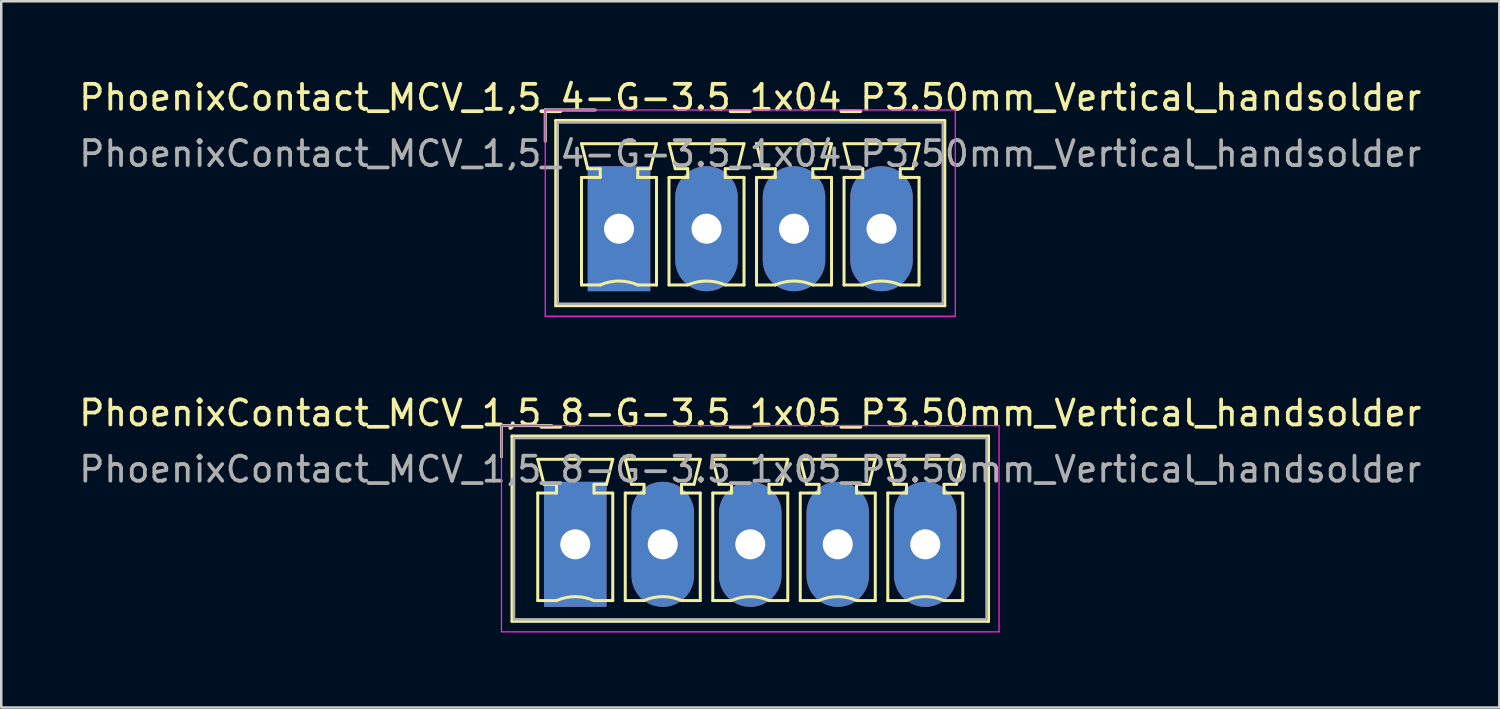
<source format=kicad_pcb>
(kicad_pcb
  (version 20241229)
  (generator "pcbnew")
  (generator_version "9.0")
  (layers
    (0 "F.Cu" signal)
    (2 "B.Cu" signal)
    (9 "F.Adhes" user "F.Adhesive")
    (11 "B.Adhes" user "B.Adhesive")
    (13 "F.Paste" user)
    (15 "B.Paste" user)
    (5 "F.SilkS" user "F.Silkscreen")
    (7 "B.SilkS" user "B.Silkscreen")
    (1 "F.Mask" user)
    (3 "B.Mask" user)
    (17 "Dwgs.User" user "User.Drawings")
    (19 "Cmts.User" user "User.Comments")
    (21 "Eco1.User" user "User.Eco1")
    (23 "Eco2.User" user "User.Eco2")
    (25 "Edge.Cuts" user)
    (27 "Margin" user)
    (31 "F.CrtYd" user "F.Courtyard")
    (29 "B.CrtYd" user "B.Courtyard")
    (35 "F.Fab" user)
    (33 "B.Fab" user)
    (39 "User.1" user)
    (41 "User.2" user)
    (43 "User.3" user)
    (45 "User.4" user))
  (footprint "PhoenixContact_MCV_1,5_8-G-3.5_1x05_P3.50mm_Vertical_handsolder"
    (layer "F.Cu")
    (at 19.958 18.721)
    (property "Reference" "PhoenixContact_MCV_1,5_8-G-3.5_1x05_P3.50mm_Vertical_handsolder" (at 7 -5.25 0) (layer "F.SilkS") (effects (font (size 1 1) (thickness 0.15))))
    (attr through_hole)
    (fp_line (start -2.95 -4.75) (end -0.95 -4.75) (stroke (width 0.12) (type solid)) (layer "F.SilkS"))
    (fp_line (start -2.95 -3.5) (end -2.95 -4.75) (stroke (width 0.12) (type solid)) (layer "F.SilkS"))
    (fp_line (start -2.53 -4.33) (end -2.53 3.08) (stroke (width 0.12) (type solid)) (layer "F.SilkS"))
    (fp_line (start -2.53 3.08) (end 16.53 3.08) (stroke (width 0.12) (type solid)) (layer "F.SilkS"))
    (fp_line (start -1.5 -3.4) (end 1.5 -3.4) (stroke (width 0.12) (type solid)) (layer "F.SilkS"))
    (fp_line (start -1.5 -2.05) (end -0.75 -2.05) (stroke (width 0.12) (type solid)) (layer "F.SilkS"))
    (fp_line (start -1.5 2.25) (end -1.5 -2.05) (stroke (width 0.12) (type solid)) (layer "F.SilkS"))
    (fp_line (start -1.25 -2.4) (end -1.5 -3.4) (stroke (width 0.12) (type solid)) (layer "F.SilkS"))
    (fp_line (start -0.75 -2.4) (end -1.25 -2.4) (stroke (width 0.12) (type solid)) (layer "F.SilkS"))
    (fp_line (start -0.75 -2.05) (end -0.75 -2.4) (stroke (width 0.12) (type solid)) (layer "F.SilkS"))
    (fp_line (start -0.75 2.25) (end -1.5 2.25) (stroke (width 0.12) (type solid)) (layer "F.SilkS"))
    (fp_line (start 0.75 -2.4) (end 0.75 -2.05) (stroke (width 0.12) (type solid)) (layer "F.SilkS"))
    (fp_line (start 0.75 -2.05) (end 1.5 -2.05) (stroke (width 0.12) (type solid)) (layer "F.SilkS"))
    (fp_line (start 1.25 -2.4) (end 0.75 -2.4) (stroke (width 0.12) (type solid)) (layer "F.SilkS"))
    (fp_line (start 1.5 -3.4) (end 1.25 -2.4) (stroke (width 0.12) (type solid)) (layer "F.SilkS"))
    (fp_line (start 1.5 -2.05) (end 1.5 2.25) (stroke (width 0.12) (type solid)) (layer "F.SilkS"))
    (fp_line (start 1.5 2.25) (end 0.75 2.25) (stroke (width 0.12) (type solid)) (layer "F.SilkS"))
    (fp_line (start 2 -3.4) (end 5 -3.4) (stroke (width 0.12) (type solid)) (layer "F.SilkS"))
    (fp_line (start 2 -2.05) (end 2.75 -2.05) (stroke (width 0.12) (type solid)) (layer "F.SilkS"))
    (fp_line (start 2 2.25) (end 2 -2.05) (stroke (width 0.12) (type solid)) (layer "F.SilkS"))
    (fp_line (start 2.25 -2.4) (end 2 -3.4) (stroke (width 0.12) (type solid)) (layer "F.SilkS"))
    (fp_line (start 2.75 -2.4) (end 2.25 -2.4) (stroke (width 0.12) (type solid)) (layer "F.SilkS"))
    (fp_line (start 2.75 -2.05) (end 2.75 -2.4) (stroke (width 0.12) (type solid)) (layer "F.SilkS"))
    (fp_line (start 2.75 2.25) (end 2 2.25) (stroke (width 0.12) (type solid)) (layer "F.SilkS"))
    (fp_line (start 4.25 -2.4) (end 4.25 -2.05) (stroke (width 0.12) (type solid)) (layer "F.SilkS"))
    (fp_line (start 4.25 -2.05) (end 5 -2.05) (stroke (width 0.12) (type solid)) (layer "F.SilkS"))
    (fp_line (start 4.75 -2.4) (end 4.25 -2.4) (stroke (width 0.12) (type solid)) (layer "F.SilkS"))
    (fp_line (start 5 -3.4) (end 4.75 -2.4) (stroke (width 0.12) (type solid)) (layer "F.SilkS"))
    (fp_line (start 5 -2.05) (end 5 2.25) (stroke (width 0.12) (type solid)) (layer "F.SilkS"))
    (fp_line (start 5 2.25) (end 4.25 2.25) (stroke (width 0.12) (type solid)) (layer "F.SilkS"))
    (fp_line (start 5.5 -3.4) (end 8.5 -3.4) (stroke (width 0.12) (type solid)) (layer "F.SilkS"))
    (fp_line (start 5.5 -2.05) (end 6.25 -2.05) (stroke (width 0.12) (type solid)) (layer "F.SilkS"))
    (fp_line (start 5.5 2.25) (end 5.5 -2.05) (stroke (width 0.12) (type solid)) (layer "F.SilkS"))
    (fp_line (start 5.75 -2.4) (end 5.5 -3.4) (stroke (width 0.12) (type solid)) (layer "F.SilkS"))
    (fp_line (start 6.25 -2.4) (end 5.75 -2.4) (stroke (width 0.12) (type solid)) (layer "F.SilkS"))
    (fp_line (start 6.25 -2.05) (end 6.25 -2.4) (stroke (width 0.12) (type solid)) (layer "F.SilkS"))
    (fp_line (start 6.25 2.25) (end 5.5 2.25) (stroke (width 0.12) (type solid)) (layer "F.SilkS"))
    (fp_line (start 7.75 -2.4) (end 7.75 -2.05) (stroke (width 0.12) (type solid)) (layer "F.SilkS"))
    (fp_line (start 7.75 -2.05) (end 8.5 -2.05) (stroke (width 0.12) (type solid)) (layer "F.SilkS"))
    (fp_line (start 8.25 -2.4) (end 7.75 -2.4) (stroke (width 0.12) (type solid)) (layer "F.SilkS"))
    (fp_line (start 8.5 -3.4) (end 8.25 -2.4) (stroke (width 0.12) (type solid)) (layer "F.SilkS"))
    (fp_line (start 8.5 -2.05) (end 8.5 2.25) (stroke (width 0.12) (type solid)) (layer "F.SilkS"))
    (fp_line (start 8.5 2.25) (end 7.75 2.25) (stroke (width 0.12) (type solid)) (layer "F.SilkS"))
    (fp_line (start 9 -3.4) (end 12 -3.4) (stroke (width 0.12) (type solid)) (layer "F.SilkS"))
    (fp_line (start 9 -2.05) (end 9.75 -2.05) (stroke (width 0.12) (type solid)) (layer "F.SilkS"))
    (fp_line (start 9 2.25) (end 9 -2.05) (stroke (width 0.12) (type solid)) (layer "F.SilkS"))
    (fp_line (start 9.25 -2.4) (end 9 -3.4) (stroke (width 0.12) (type solid)) (layer "F.SilkS"))
    (fp_line (start 9.75 -2.4) (end 9.25 -2.4) (stroke (width 0.12) (type solid)) (layer "F.SilkS"))
    (fp_line (start 9.75 -2.05) (end 9.75 -2.4) (stroke (width 0.12) (type solid)) (layer "F.SilkS"))
    (fp_line (start 9.75 2.25) (end 9 2.25) (stroke (width 0.12) (type solid)) (layer "F.SilkS"))
    (fp_line (start 11.25 -2.4) (end 11.25 -2.05) (stroke (width 0.12) (type solid)) (layer "F.SilkS"))
    (fp_line (start 11.25 -2.05) (end 12 -2.05) (stroke (width 0.12) (type solid)) (layer "F.SilkS"))
    (fp_line (start 11.75 -2.4) (end 11.25 -2.4) (stroke (width 0.12) (type solid)) (layer "F.SilkS"))
    (fp_line (start 12 -3.4) (end 11.75 -2.4) (stroke (width 0.12) (type solid)) (layer "F.SilkS"))
    (fp_line (start 12 -2.05) (end 12 2.25) (stroke (width 0.12) (type solid)) (layer "F.SilkS"))
    (fp_line (start 12 2.25) (end 11.25 2.25) (stroke (width 0.12) (type solid)) (layer "F.SilkS"))
    (fp_line (start 12.5 -3.4) (end 15.5 -3.4) (stroke (width 0.12) (type solid)) (layer "F.SilkS"))
    (fp_line (start 12.5 -2.05) (end 13.25 -2.05) (stroke (width 0.12) (type solid)) (layer "F.SilkS"))
    (fp_line (start 12.5 2.25) (end 12.5 -2.05) (stroke (width 0.12) (type solid)) (layer "F.SilkS"))
    (fp_line (start 12.75 -2.4) (end 12.5 -3.4) (stroke (width 0.12) (type solid)) (layer "F.SilkS"))
    (fp_line (start 13.25 -2.4) (end 12.75 -2.4) (stroke (width 0.12) (type solid)) (layer "F.SilkS"))
    (fp_line (start 13.25 -2.05) (end 13.25 -2.4) (stroke (width 0.12) (type solid)) (layer "F.SilkS"))
    (fp_line (start 13.25 2.25) (end 12.5 2.25) (stroke (width 0.12) (type solid)) (layer "F.SilkS"))
    (fp_line (start 14.75 -2.4) (end 14.75 -2.05) (stroke (width 0.12) (type solid)) (layer "F.SilkS"))
    (fp_line (start 14.75 -2.05) (end 15.5 -2.05) (stroke (width 0.12) (type solid)) (layer "F.SilkS"))
    (fp_line (start 15.25 -2.4) (end 14.75 -2.4) (stroke (width 0.12) (type solid)) (layer "F.SilkS"))
    (fp_line (start 15.5 -3.4) (end 15.25 -2.4) (stroke (width 0.12) (type solid)) (layer "F.SilkS"))
    (fp_line (start 15.5 -2.05) (end 15.5 2.25) (stroke (width 0.12) (type solid)) (layer "F.SilkS"))
    (fp_line (start 15.5 2.25) (end 14.75 2.25) (stroke (width 0.12) (type solid)) (layer "F.SilkS"))
    (fp_line (start 16.53 -4.33) (end -2.53 -4.33) (stroke (width 0.12) (type solid)) (layer "F.SilkS"))
    (fp_line (start 16.53 3.08) (end 16.53 -4.33) (stroke (width 0.12) (type solid)) (layer "F.SilkS"))
    (fp_arc (start -0.75 2.25) (mid -0.000193 2.09191) (end 0.749647 2.249844) (stroke (width 0.12) (type solid)) (layer "F.SilkS"))
    (fp_arc (start 2.75 2.25) (mid 3.499807 2.09191) (end 4.249647 2.249844) (stroke (width 0.12) (type solid)) (layer "F.SilkS"))
    (fp_arc (start 6.25 2.25) (mid 6.999807 2.09191) (end 7.749647 2.249844) (stroke (width 0.12) (type solid)) (layer "F.SilkS"))
    (fp_arc (start 9.75 2.25) (mid 10.499807 2.09191) (end 11.249647 2.249844) (stroke (width 0.12) (type solid)) (layer "F.SilkS"))
    (fp_arc (start 13.25 2.25) (mid 13.999807 2.09191) (end 14.749647 2.249844) (stroke (width 0.12) (type solid)) (layer "F.SilkS"))
    (fp_line (start -2.95 -4.75) (end -2.95 3.5) (stroke (width 0.05) (type solid)) (layer "F.CrtYd"))
    (fp_line (start -2.95 3.5) (end 16.95 3.5) (stroke (width 0.05) (type solid)) (layer "F.CrtYd"))
    (fp_line (start 16.95 -4.75) (end -2.95 -4.75) (stroke (width 0.05) (type solid)) (layer "F.CrtYd"))
    (fp_line (start 16.95 3.5) (end 16.95 -4.75) (stroke (width 0.05) (type solid)) (layer "F.CrtYd"))
    (fp_line (start -2.95 -4.75) (end -0.95 -4.75) (stroke (width 0.1) (type solid)) (layer "F.Fab"))
    (fp_line (start -2.95 -3.5) (end -2.95 -4.75) (stroke (width 0.1) (type solid)) (layer "F.Fab"))
    (fp_line (start -2.45 -4.25) (end -2.45 3) (stroke (width 0.1) (type solid)) (layer "F.Fab"))
    (fp_line (start -2.45 3) (end 16.45 3) (stroke (width 0.1) (type solid)) (layer "F.Fab"))
    (fp_line (start 16.45 -4.25) (end -2.45 -4.25) (stroke (width 0.1) (type solid)) (layer "F.Fab"))
    (fp_line (start 16.45 3) (end 16.45 -4.25) (stroke (width 0.1) (type solid)) (layer "F.Fab"))
    (fp_text user "${REFERENCE}" (at 7 -3 0) (layer "F.Fab") (effects (font (size 1 1) (thickness 0.15))))
    (pad "1" thru_hole rect (at 0 0) (size 2.5 5) (drill 1.2) (layers "*.Cu" "*.Mask"))
    (pad "2" thru_hole oval (at 3.5 0) (size 2.5 5) (drill 1.2) (layers "*.Cu" "*.Mask"))
    (pad "3" thru_hole oval (at 7 0) (size 2.5 5) (drill 1.2) (layers "*.Cu" "*.Mask"))
    (pad "4" thru_hole oval (at 10.5 0) (size 2.5 5) (drill 1.2) (layers "*.Cu" "*.Mask"))
    (pad "5" thru_hole oval (at 14 0) (size 2.5 5) (drill 1.2) (layers "*.Cu" "*.Mask")))
  (footprint "PhoenixContact_MCV_1,5_4-G-3.5_1x04_P3.50mm_Vertical_handsolder"
    (layer "F.Cu")
    (at 21.708 6.098)
    (property "Reference" "PhoenixContact_MCV_1,5_4-G-3.5_1x04_P3.50mm_Vertical_handsolder" (at 5.25 -5.25 0) (layer "F.SilkS") (effects (font (size 1 1) (thickness 0.15))))
    (attr through_hole)
    (fp_line (start -2.95 -4.75) (end -0.95 -4.75) (stroke (width 0.12) (type solid)) (layer "F.SilkS"))
    (fp_line (start -2.95 -3.5) (end -2.95 -4.75) (stroke (width 0.12) (type solid)) (layer "F.SilkS"))
    (fp_line (start -2.53 -4.33) (end -2.53 3.08) (stroke (width 0.12) (type solid)) (layer "F.SilkS"))
    (fp_line (start -2.53 3.08) (end 13.03 3.08) (stroke (width 0.12) (type solid)) (layer "F.SilkS"))
    (fp_line (start -1.5 -3.4) (end 1.5 -3.4) (stroke (width 0.12) (type solid)) (layer "F.SilkS"))
    (fp_line (start -1.5 -2.05) (end -0.75 -2.05) (stroke (width 0.12) (type solid)) (layer "F.SilkS"))
    (fp_line (start -1.5 2.25) (end -1.5 -2.05) (stroke (width 0.12) (type solid)) (layer "F.SilkS"))
    (fp_line (start -1.25 -2.4) (end -1.5 -3.4) (stroke (width 0.12) (type solid)) (layer "F.SilkS"))
    (fp_line (start -0.75 -2.4) (end -1.25 -2.4) (stroke (width 0.12) (type solid)) (layer "F.SilkS"))
    (fp_line (start -0.75 -2.05) (end -0.75 -2.4) (stroke (width 0.12) (type solid)) (layer "F.SilkS"))
    (fp_line (start -0.75 2.25) (end -1.5 2.25) (stroke (width 0.12) (type solid)) (layer "F.SilkS"))
    (fp_line (start 0.75 -2.4) (end 0.75 -2.05) (stroke (width 0.12) (type solid)) (layer "F.SilkS"))
    (fp_line (start 0.75 -2.05) (end 1.5 -2.05) (stroke (width 0.12) (type solid)) (layer "F.SilkS"))
    (fp_line (start 1.25 -2.4) (end 0.75 -2.4) (stroke (width 0.12) (type solid)) (layer "F.SilkS"))
    (fp_line (start 1.5 -3.4) (end 1.25 -2.4) (stroke (width 0.12) (type solid)) (layer "F.SilkS"))
    (fp_line (start 1.5 -2.05) (end 1.5 2.25) (stroke (width 0.12) (type solid)) (layer "F.SilkS"))
    (fp_line (start 1.5 2.25) (end 0.75 2.25) (stroke (width 0.12) (type solid)) (layer "F.SilkS"))
    (fp_line (start 2 -3.4) (end 5 -3.4) (stroke (width 0.12) (type solid)) (layer "F.SilkS"))
    (fp_line (start 2 -2.05) (end 2.75 -2.05) (stroke (width 0.12) (type solid)) (layer "F.SilkS"))
    (fp_line (start 2 2.25) (end 2 -2.05) (stroke (width 0.12) (type solid)) (layer "F.SilkS"))
    (fp_line (start 2.25 -2.4) (end 2 -3.4) (stroke (width 0.12) (type solid)) (layer "F.SilkS"))
    (fp_line (start 2.75 -2.4) (end 2.25 -2.4) (stroke (width 0.12) (type solid)) (layer "F.SilkS"))
    (fp_line (start 2.75 -2.05) (end 2.75 -2.4) (stroke (width 0.12) (type solid)) (layer "F.SilkS"))
    (fp_line (start 2.75 2.25) (end 2 2.25) (stroke (width 0.12) (type solid)) (layer "F.SilkS"))
    (fp_line (start 4.25 -2.4) (end 4.25 -2.05) (stroke (width 0.12) (type solid)) (layer "F.SilkS"))
    (fp_line (start 4.25 -2.05) (end 5 -2.05) (stroke (width 0.12) (type solid)) (layer "F.SilkS"))
    (fp_line (start 4.75 -2.4) (end 4.25 -2.4) (stroke (width 0.12) (type solid)) (layer "F.SilkS"))
    (fp_line (start 5 -3.4) (end 4.75 -2.4) (stroke (width 0.12) (type solid)) (layer "F.SilkS"))
    (fp_line (start 5 -2.05) (end 5 2.25) (stroke (width 0.12) (type solid)) (layer "F.SilkS"))
    (fp_line (start 5 2.25) (end 4.25 2.25) (stroke (width 0.12) (type solid)) (layer "F.SilkS"))
    (fp_line (start 5.5 -3.4) (end 8.5 -3.4) (stroke (width 0.12) (type solid)) (layer "F.SilkS"))
    (fp_line (start 5.5 -2.05) (end 6.25 -2.05) (stroke (width 0.12) (type solid)) (layer "F.SilkS"))
    (fp_line (start 5.5 2.25) (end 5.5 -2.05) (stroke (width 0.12) (type solid)) (layer "F.SilkS"))
    (fp_line (start 5.75 -2.4) (end 5.5 -3.4) (stroke (width 0.12) (type solid)) (layer "F.SilkS"))
    (fp_line (start 6.25 -2.4) (end 5.75 -2.4) (stroke (width 0.12) (type solid)) (layer "F.SilkS"))
    (fp_line (start 6.25 -2.05) (end 6.25 -2.4) (stroke (width 0.12) (type solid)) (layer "F.SilkS"))
    (fp_line (start 6.25 2.25) (end 5.5 2.25) (stroke (width 0.12) (type solid)) (layer "F.SilkS"))
    (fp_line (start 7.75 -2.4) (end 7.75 -2.05) (stroke (width 0.12) (type solid)) (layer "F.SilkS"))
    (fp_line (start 7.75 -2.05) (end 8.5 -2.05) (stroke (width 0.12) (type solid)) (layer "F.SilkS"))
    (fp_line (start 8.25 -2.4) (end 7.75 -2.4) (stroke (width 0.12) (type solid)) (layer "F.SilkS"))
    (fp_line (start 8.5 -3.4) (end 8.25 -2.4) (stroke (width 0.12) (type solid)) (layer "F.SilkS"))
    (fp_line (start 8.5 -2.05) (end 8.5 2.25) (stroke (width 0.12) (type solid)) (layer "F.SilkS"))
    (fp_line (start 8.5 2.25) (end 7.75 2.25) (stroke (width 0.12) (type solid)) (layer "F.SilkS"))
    (fp_line (start 9 -3.4) (end 12 -3.4) (stroke (width 0.12) (type solid)) (layer "F.SilkS"))
    (fp_line (start 9 -2.05) (end 9.75 -2.05) (stroke (width 0.12) (type solid)) (layer "F.SilkS"))
    (fp_line (start 9 2.25) (end 9 -2.05) (stroke (width 0.12) (type solid)) (layer "F.SilkS"))
    (fp_line (start 9.25 -2.4) (end 9 -3.4) (stroke (width 0.12) (type solid)) (layer "F.SilkS"))
    (fp_line (start 9.75 -2.4) (end 9.25 -2.4) (stroke (width 0.12) (type solid)) (layer "F.SilkS"))
    (fp_line (start 9.75 -2.05) (end 9.75 -2.4) (stroke (width 0.12) (type solid)) (layer "F.SilkS"))
    (fp_line (start 9.75 2.25) (end 9 2.25) (stroke (width 0.12) (type solid)) (layer "F.SilkS"))
    (fp_line (start 11.25 -2.4) (end 11.25 -2.05) (stroke (width 0.12) (type solid)) (layer "F.SilkS"))
    (fp_line (start 11.25 -2.05) (end 12 -2.05) (stroke (width 0.12) (type solid)) (layer "F.SilkS"))
    (fp_line (start 11.75 -2.4) (end 11.25 -2.4) (stroke (width 0.12) (type solid)) (layer "F.SilkS"))
    (fp_line (start 12 -3.4) (end 11.75 -2.4) (stroke (width 0.12) (type solid)) (layer "F.SilkS"))
    (fp_line (start 12 -2.05) (end 12 2.25) (stroke (width 0.12) (type solid)) (layer "F.SilkS"))
    (fp_line (start 12 2.25) (end 11.25 2.25) (stroke (width 0.12) (type solid)) (layer "F.SilkS"))
    (fp_line (start 13.03 -4.33) (end -2.53 -4.33) (stroke (width 0.12) (type solid)) (layer "F.SilkS"))
    (fp_line (start 13.03 3.08) (end 13.03 -4.33) (stroke (width 0.12) (type solid)) (layer "F.SilkS"))
    (fp_arc (start -0.75 2.25) (mid -0.000193 2.09191) (end 0.749647 2.249844) (stroke (width 0.12) (type solid)) (layer "F.SilkS"))
    (fp_arc (start 2.75 2.25) (mid 3.499807 2.09191) (end 4.249647 2.249844) (stroke (width 0.12) (type solid)) (layer "F.SilkS"))
    (fp_arc (start 6.25 2.25) (mid 6.999807 2.09191) (end 7.749647 2.249844) (stroke (width 0.12) (type solid)) (layer "F.SilkS"))
    (fp_arc (start 9.75 2.25) (mid 10.499807 2.09191) (end 11.249647 2.249844) (stroke (width 0.12) (type solid)) (layer "F.SilkS"))
    (fp_line (start -2.95 -4.75) (end -2.95 3.5) (stroke (width 0.05) (type solid)) (layer "F.CrtYd"))
    (fp_line (start -2.95 3.5) (end 13.45 3.5) (stroke (width 0.05) (type solid)) (layer "F.CrtYd"))
    (fp_line (start 13.45 -4.75) (end -2.95 -4.75) (stroke (width 0.05) (type solid)) (layer "F.CrtYd"))
    (fp_line (start 13.45 3.5) (end 13.45 -4.75) (stroke (width 0.05) (type solid)) (layer "F.CrtYd"))
    (fp_line (start -2.95 -4.75) (end -0.95 -4.75) (stroke (width 0.1) (type solid)) (layer "F.Fab"))
    (fp_line (start -2.95 -3.5) (end -2.95 -4.75) (stroke (width 0.1) (type solid)) (layer "F.Fab"))
    (fp_line (start -2.45 -4.25) (end -2.45 3) (stroke (width 0.1) (type solid)) (layer "F.Fab"))
    (fp_line (start -2.45 3) (end 12.95 3) (stroke (width 0.1) (type solid)) (layer "F.Fab"))
    (fp_line (start 12.95 -4.25) (end -2.45 -4.25) (stroke (width 0.1) (type solid)) (layer "F.Fab"))
    (fp_line (start 12.95 3) (end 12.95 -4.25) (stroke (width 0.1) (type solid)) (layer "F.Fab"))
    (fp_text user "${REFERENCE}" (at 5.25 -3 0) (layer "F.Fab") (effects (font (size 1 1) (thickness 0.15))))
    (pad "1" thru_hole rect (at 0 0) (size 2.5 5) (drill 1.2) (layers "*.Cu" "*.Mask"))
    (pad "2" thru_hole oval (at 3.5 0) (size 2.5 5) (drill 1.2) (layers "*.Cu" "*.Mask"))
    (pad "3" thru_hole oval (at 7 0) (size 2.5 5) (drill 1.2) (layers "*.Cu" "*.Mask"))
    (pad "4" thru_hole oval (at 10.5 0) (size 2.5 5) (drill 1.2) (layers "*.Cu" "*.Mask")))
  (gr_rect
    (start -3 -3)
    (end 56.917 25.247)
    (stroke (width 0.1) (type default))
    (fill no)
    (layer "Edge.Cuts")))
</source>
